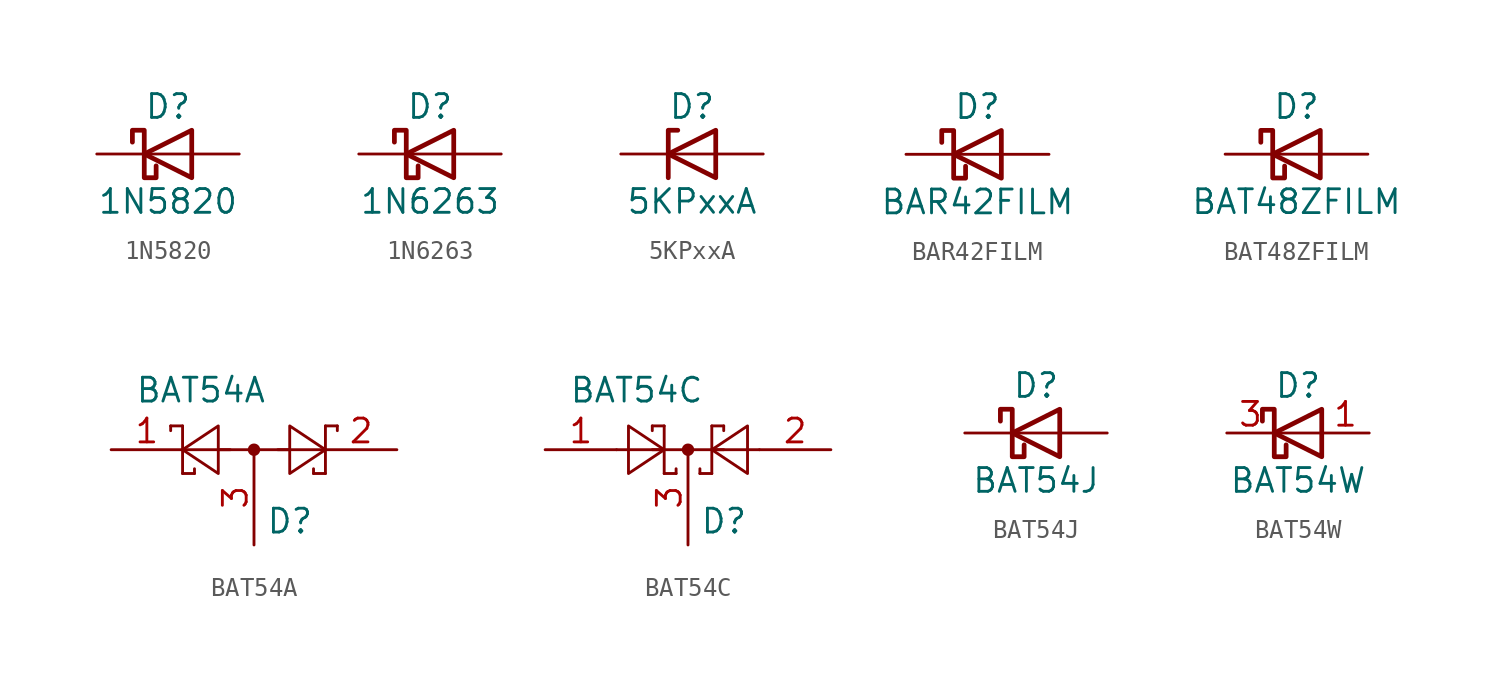
<source format=kicad_sym>
(kicad_symbol_lib
  (version 20201005)
  (generator kicad_symbol_editor)
  (symbol "Diode:1N5820"
    (pin_numbers hide)
    (pin_names
      (offset 1.016) hide)
    (property "Reference" "D"
      (at 0 2.54 0)
      (effects (font (size 1.27 1.27))))
    (property "Value" "1N5820"
      (at 0 -2.54 0)
      (effects (font (size 1.27 1.27))))
    (symbol "1N5820_0_1"
      (polyline (pts (xy 1.27 0) (xy -1.27 0)) (stroke (width 0)) (fill (type none)))
      (polyline (pts (xy 1.27 1.27) (xy 1.27 -1.27) (xy -1.27 0) (xy 1.27 1.27)) (stroke (width 0.254)) (fill (type none)))
      (polyline (pts (xy -1.905 0.635) (xy -1.905 1.27) (xy -1.27 1.27) (xy -1.27 -1.27) (xy -0.635 -1.27) (xy -0.635 -0.635)) (stroke (width 0.254)) (fill (type none))))
    (symbol "1N5820_1_1"
      (pin passive line (at -3.81 0 0) (length 2.54) (name "K" (effects (font (size 1.27 1.27)))) (number "1" (effects (font (size 1.27 1.27)))))
      (pin passive line (at 3.81 0 180) (length 2.54) (name "A" (effects (font (size 1.27 1.27)))) (number "2" (effects (font (size 1.27 1.27)))))))
  (symbol "Diode:1N6263"
    (pin_numbers hide)
    (pin_names
      (offset 1.016) hide)
    (property "Reference" "D"
      (at 0 2.54 0)
      (effects (font (size 1.27 1.27))))
    (property "Value" "1N6263"
      (at 0 -2.54 0)
      (effects (font (size 1.27 1.27))))
    (symbol "1N6263_0_1"
      (polyline (pts (xy 1.27 0) (xy -1.27 0)) (stroke (width 0)) (fill (type none)))
      (polyline (pts (xy 1.27 1.27) (xy 1.27 -1.27) (xy -1.27 0) (xy 1.27 1.27)) (stroke (width 0.254)) (fill (type none)))
      (polyline (pts (xy -1.905 0.635) (xy -1.905 1.27) (xy -1.27 1.27) (xy -1.27 -1.27) (xy -0.635 -1.27) (xy -0.635 -0.635)) (stroke (width 0.254)) (fill (type none))))
    (symbol "1N6263_1_1"
      (pin passive line (at -3.81 0 0) (length 2.54) (name "K" (effects (font (size 1.27 1.27)))) (number "1" (effects (font (size 1.27 1.27)))))
      (pin passive line (at 3.81 0 180) (length 2.54) (name "A" (effects (font (size 1.27 1.27)))) (number "2" (effects (font (size 1.27 1.27)))))))
  (symbol "Diode:5KPxxA"
    (pin_numbers hide)
    (pin_names
      (offset 1.016) hide)
    (property "Reference" "D"
      (at 0 2.54 0)
      (effects (font (size 1.27 1.27))))
    (property "Value" "5KPxxA"
      (at 0 -2.54 0)
      (effects (font (size 1.27 1.27))))
    (symbol "5KPxxA_0_1"
      (polyline (pts (xy 1.27 0) (xy -1.27 0)) (stroke (width 0)) (fill (type none)))
      (polyline (pts (xy -0.762 1.27) (xy -1.27 1.27) (xy -1.27 -1.27)) (stroke (width 0.254)) (fill (type none)))
      (polyline (pts (xy 1.27 1.27) (xy 1.27 -1.27) (xy -1.27 0) (xy 1.27 1.27)) (stroke (width 0.254)) (fill (type none))))
    (symbol "5KPxxA_1_1"
      (pin passive line (at -3.81 0 0) (length 2.54) (name "A1" (effects (font (size 1.27 1.27)))) (number "1" (effects (font (size 1.27 1.27)))))
      (pin passive line (at 3.81 0 180) (length 2.54) (name "A2" (effects (font (size 1.27 1.27)))) (number "2" (effects (font (size 1.27 1.27)))))))
  (symbol "Diode:BAR42FILM"
    (pin_numbers hide)
    (pin_names
      (offset 1.016) hide)
    (property "Reference" "D"
      (at 0 2.54 0)
      (effects (font (size 1.27 1.27))))
    (property "Value" "BAR42FILM"
      (at 0 -2.54 0)
      (effects (font (size 1.27 1.27))))
    (symbol "BAR42FILM_0_1"
      (polyline (pts (xy 1.27 0) (xy -1.27 0)) (stroke (width 0)) (fill (type none)))
      (polyline (pts (xy 1.27 1.27) (xy 1.27 -1.27) (xy -1.27 0) (xy 1.27 1.27)) (stroke (width 0.254)) (fill (type none)))
      (polyline (pts (xy -1.905 0.635) (xy -1.905 1.27) (xy -1.27 1.27) (xy -1.27 -1.27) (xy -0.635 -1.27) (xy -0.635 -0.635)) (stroke (width 0.254)) (fill (type none))))
    (symbol "BAR42FILM_1_1"
      (pin passive line (at 3.81 0 180) (length 2.54) (name "A" (effects (font (size 1.27 1.27)))) (number "1" (effects (font (size 1.27 1.27)))))
      (pin no_connect line (at 3.81 2.54 180) (length 2.54) hide (name "NC" (effects (font (size 1.27 1.27)))) (number "2" (effects (font (size 1.27 1.27)))))
      (pin passive line (at -3.81 0 0) (length 2.54) (name "K" (effects (font (size 1.27 1.27)))) (number "3" (effects (font (size 1.27 1.27)))))))
  (symbol "Diode:BAT48ZFILM"
    (pin_numbers hide)
    (pin_names
      (offset 1.016) hide)
    (property "Reference" "D"
      (at 0 2.54 0)
      (effects (font (size 1.27 1.27))))
    (property "Value" "BAT48ZFILM"
      (at 0 -2.54 0)
      (effects (font (size 1.27 1.27))))
    (symbol "BAT48ZFILM_0_1"
      (polyline (pts (xy 1.27 0) (xy -1.27 0)) (stroke (width 0)) (fill (type none)))
      (polyline (pts (xy 1.27 1.27) (xy 1.27 -1.27) (xy -1.27 0) (xy 1.27 1.27)) (stroke (width 0.254)) (fill (type none)))
      (polyline (pts (xy -1.905 0.635) (xy -1.905 1.27) (xy -1.27 1.27) (xy -1.27 -1.27) (xy -0.635 -1.27) (xy -0.635 -0.635)) (stroke (width 0.254)) (fill (type none))))
    (symbol "BAT48ZFILM_1_1"
      (pin passive line (at -3.81 0 0) (length 2.54) (name "K" (effects (font (size 1.27 1.27)))) (number "1" (effects (font (size 1.27 1.27)))))
      (pin passive line (at 3.81 0 180) (length 2.54) (name "A" (effects (font (size 1.27 1.27)))) (number "2" (effects (font (size 1.27 1.27)))))))
  (symbol "Diode:BAT54A"
    (pin_names
      (offset 1.016))
    (property "Reference" "D"
      (at 0.635 -3.81 0)
      (effects (font (size 1.27 1.27)) (justify left)))
    (property "Value" "BAT54A"
      (at -6.35 3.175 0)
      (effects (font (size 1.27 1.27)) (justify left)))
    (symbol "BAT54A_0_1"
      (circle (center 0 0) (radius 0.254) (stroke (width 0)) (fill (type outline)))
      (polyline (pts (xy -4.445 1.27) (xy -4.445 1.016)) (stroke (width 0)) (fill (type none)))
      (polyline (pts (xy -3.81 -1.27) (xy -3.81 1.27)) (stroke (width 0)) (fill (type none)))
      (polyline (pts (xy -3.81 -1.27) (xy -3.175 -1.27)) (stroke (width 0)) (fill (type none)))
      (polyline (pts (xy -3.81 0) (xy -1.27 0)) (stroke (width 0)) (fill (type none)))
      (polyline (pts (xy -3.81 1.27) (xy -4.445 1.27)) (stroke (width 0)) (fill (type none)))
      (polyline (pts (xy -3.175 -1.27) (xy -3.175 -1.016)) (stroke (width 0)) (fill (type none)))
      (polyline (pts (xy -1.905 0) (xy 1.905 0)) (stroke (width 0)) (fill (type none)))
      (polyline (pts (xy 1.27 0) (xy 3.81 0)) (stroke (width 0)) (fill (type none)))
      (polyline (pts (xy 3.175 -1.27) (xy 3.175 -1.016)) (stroke (width 0)) (fill (type none)))
      (polyline (pts (xy 3.81 -1.27) (xy 3.175 -1.27)) (stroke (width 0)) (fill (type none)))
      (polyline (pts (xy 3.81 -1.27) (xy 3.81 1.27)) (stroke (width 0)) (fill (type none)))
      (polyline (pts (xy 3.81 1.27) (xy 4.445 1.27)) (stroke (width 0)) (fill (type none)))
      (polyline (pts (xy 4.445 1.27) (xy 4.445 1.016)) (stroke (width 0)) (fill (type none)))
      (polyline (pts (xy -1.905 1.27) (xy -1.905 -1.27) (xy -3.81 0) (xy -1.905 1.27)) (stroke (width 0)) (fill (type none)))
      (polyline (pts (xy 1.905 1.27) (xy 1.905 -1.27) (xy 3.81 0) (xy 1.905 1.27)) (stroke (width 0)) (fill (type none))))
    (symbol "BAT54A_1_1"
      (pin passive line (at -7.62 0 0) (length 3.81) (name "~" (effects (font (size 1.27 1.27)))) (number "1" (effects (font (size 1.27 1.27)))))
      (pin passive line (at 7.62 0 180) (length 3.81) (name "~" (effects (font (size 1.27 1.27)))) (number "2" (effects (font (size 1.27 1.27)))))
      (pin passive line (at 0 -5.08 90) (length 5.08) (name "~" (effects (font (size 1.27 1.27)))) (number "3" (effects (font (size 1.27 1.27)))))))
  (symbol "Diode:BAT54C"
    (pin_names
      (offset 1.016))
    (property "Reference" "D"
      (at 0.635 -3.81 0)
      (effects (font (size 1.27 1.27)) (justify left)))
    (property "Value" "BAT54C"
      (at -6.35 3.175 0)
      (effects (font (size 1.27 1.27)) (justify left)))
    (symbol "BAT54C_0_1"
      (circle (center 0 0) (radius 0.254) (stroke (width 0)) (fill (type outline)))
      (polyline (pts (xy -1.905 0) (xy 1.905 0)) (stroke (width 0)) (fill (type none)))
      (polyline (pts (xy -1.905 1.27) (xy -1.905 1.016)) (stroke (width 0)) (fill (type none)))
      (polyline (pts (xy -1.27 -1.27) (xy -0.635 -1.27)) (stroke (width 0)) (fill (type none)))
      (polyline (pts (xy -1.27 0) (xy -3.81 0)) (stroke (width 0)) (fill (type none)))
      (polyline (pts (xy -1.27 1.27) (xy -1.905 1.27)) (stroke (width 0)) (fill (type none)))
      (polyline (pts (xy -1.27 1.27) (xy -1.27 -1.27)) (stroke (width 0)) (fill (type none)))
      (polyline (pts (xy -0.635 -1.27) (xy -0.635 -1.016)) (stroke (width 0)) (fill (type none)))
      (polyline (pts (xy 0.635 -1.27) (xy 0.635 -1.016)) (stroke (width 0)) (fill (type none)))
      (polyline (pts (xy 1.27 -1.27) (xy 0.635 -1.27)) (stroke (width 0)) (fill (type none)))
      (polyline (pts (xy 1.27 1.27) (xy 1.27 -1.27)) (stroke (width 0)) (fill (type none)))
      (polyline (pts (xy 1.27 1.27) (xy 1.905 1.27)) (stroke (width 0)) (fill (type none)))
      (polyline (pts (xy 1.905 1.27) (xy 1.905 1.016)) (stroke (width 0)) (fill (type none)))
      (polyline (pts (xy 3.81 0) (xy 1.27 0)) (stroke (width 0)) (fill (type none)))
      (polyline (pts (xy -3.175 -1.27) (xy -3.175 1.27) (xy -1.27 0) (xy -3.175 -1.27)) (stroke (width 0)) (fill (type none)))
      (polyline (pts (xy 3.175 -1.27) (xy 3.175 1.27) (xy 1.27 0) (xy 3.175 -1.27)) (stroke (width 0)) (fill (type none))))
    (symbol "BAT54C_1_1"
      (pin passive line (at -7.62 0 0) (length 3.81) (name "~" (effects (font (size 1.27 1.27)))) (number "1" (effects (font (size 1.27 1.27)))))
      (pin passive line (at 7.62 0 180) (length 3.81) (name "~" (effects (font (size 1.27 1.27)))) (number "2" (effects (font (size 1.27 1.27)))))
      (pin passive line (at 0 -5.08 90) (length 5.08) (name "~" (effects (font (size 1.27 1.27)))) (number "3" (effects (font (size 1.27 1.27)))))))
  (symbol "Diode:BAT54J"
    (pin_numbers hide)
    (pin_names hide)
    (property "Reference" "D"
      (at 0 2.54 0)
      (effects (font (size 1.27 1.27))))
    (property "Value" "BAT54J"
      (at 0 -2.54 0)
      (effects (font (size 1.27 1.27))))
    (symbol "BAT54J_0_1"
      (polyline (pts (xy 1.27 0) (xy -1.27 0)) (stroke (width 0)) (fill (type none)))
      (polyline (pts (xy 1.27 1.27) (xy 1.27 -1.27) (xy -1.27 0) (xy 1.27 1.27)) (stroke (width 0.254)) (fill (type none)))
      (polyline (pts (xy -1.905 0.635) (xy -1.905 1.27) (xy -1.27 1.27) (xy -1.27 -1.27) (xy -0.635 -1.27) (xy -0.635 -0.635)) (stroke (width 0.254)) (fill (type none))))
    (symbol "BAT54J_1_1"
      (pin passive line (at -3.81 0 0) (length 2.54) (name "K" (effects (font (size 1.27 1.27)))) (number "1" (effects (font (size 1.27 1.27)))))
      (pin passive line (at 3.81 0 180) (length 2.54) (name "A" (effects (font (size 1.27 1.27)))) (number "2" (effects (font (size 1.27 1.27)))))))
  (symbol "Diode:BAT54W"
    (pin_names
      (offset 1.016) hide)
    (property "Reference" "D"
      (at 0 2.54 0)
      (effects (font (size 1.27 1.27))))
    (property "Value" "BAT54W"
      (at 0 -2.54 0)
      (effects (font (size 1.27 1.27))))
    (symbol "BAT54W_0_1"
      (polyline (pts (xy 1.27 0) (xy -1.27 0)) (stroke (width 0)) (fill (type none)))
      (polyline (pts (xy 1.27 1.27) (xy 1.27 -1.27) (xy -1.27 0) (xy 1.27 1.27)) (stroke (width 0.254)) (fill (type none)))
      (polyline (pts (xy -1.905 0.635) (xy -1.905 1.27) (xy -1.27 1.27) (xy -1.27 -1.27) (xy -0.635 -1.27) (xy -0.635 -0.635)) (stroke (width 0.254)) (fill (type none))))
    (symbol "BAT54W_1_1"
      (pin passive line (at 3.81 0 180) (length 2.54) (name "A" (effects (font (size 1.27 1.27)))) (number "1" (effects (font (size 1.27 1.27)))))
      (pin no_connect line (at 0 0 90) (length 2.54) hide (name "NC" (effects (font (size 1.27 1.27)))) (number "2" (effects (font (size 1.27 1.27)))))
      (pin passive line (at -3.81 0 0) (length 2.54) (name "K" (effects (font (size 1.27 1.27)))) (number "3" (effects (font (size 1.27 1.27))))))))
</source>
